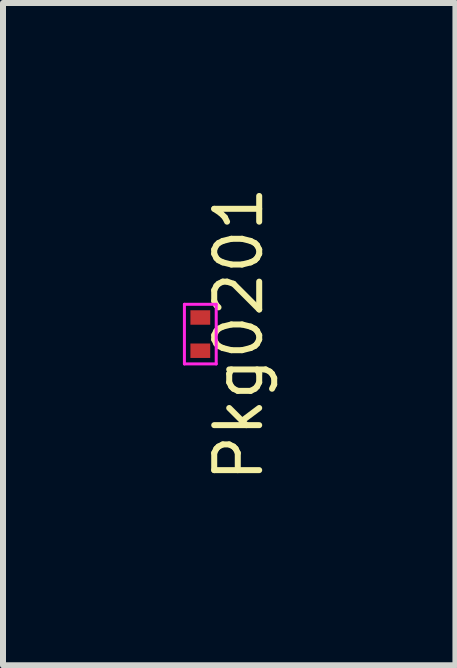
<source format=kicad_pcb>
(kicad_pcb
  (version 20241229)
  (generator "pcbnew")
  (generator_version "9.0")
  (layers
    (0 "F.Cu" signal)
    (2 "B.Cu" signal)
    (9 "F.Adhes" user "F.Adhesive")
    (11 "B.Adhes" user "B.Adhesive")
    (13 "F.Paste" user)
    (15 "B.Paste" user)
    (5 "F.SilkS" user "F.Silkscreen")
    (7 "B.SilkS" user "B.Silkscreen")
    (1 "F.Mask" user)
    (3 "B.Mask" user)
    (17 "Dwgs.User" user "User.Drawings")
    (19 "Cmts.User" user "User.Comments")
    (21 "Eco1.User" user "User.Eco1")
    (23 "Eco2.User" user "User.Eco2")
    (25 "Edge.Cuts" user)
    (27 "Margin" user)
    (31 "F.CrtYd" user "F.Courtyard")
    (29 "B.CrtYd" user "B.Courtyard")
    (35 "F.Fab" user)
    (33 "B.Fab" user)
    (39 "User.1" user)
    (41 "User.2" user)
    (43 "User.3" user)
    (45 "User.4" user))
  (footprint "Pkg0201"
    (layer "F.Cu")
    (at 0.29 2.521)
    (property "Reference" "Pkg0201" (at 0.64 0 90) (layer "F.SilkS") (effects (font (size 0.75 0.75) (thickness 0.1))))
    (fp_line (start -0.265 -0.497) (end -0.265 0.497) (stroke (width 0.05) (type solid)) (layer "F.CrtYd"))
    (fp_line (start -0.265 0.497) (end 0.265 0.497) (stroke (width 0.05) (type solid)) (layer "F.CrtYd"))
    (fp_line (start 0.265 -0.497) (end -0.265 -0.497) (stroke (width 0.05) (type solid)) (layer "F.CrtYd"))
    (fp_line (start 0.265 0.497) (end 0.265 -0.497) (stroke (width 0.05) (type solid)) (layer "F.CrtYd"))
    (pad "1" smd rect (at 0 -0.277) (size 0.33 0.241) (layers "F.Cu" "F.Mask" "F.Paste"))
    (pad "2" smd rect (at 0 0.277) (size 0.33 0.241) (layers "F.Cu" "F.Mask" "F.Paste")))
  (gr_rect
    (start -3 -3)
    (end 4.544 8.043)
    (stroke (width 0.1) (type default))
    (fill no)
    (layer "Edge.Cuts")))
</source>
